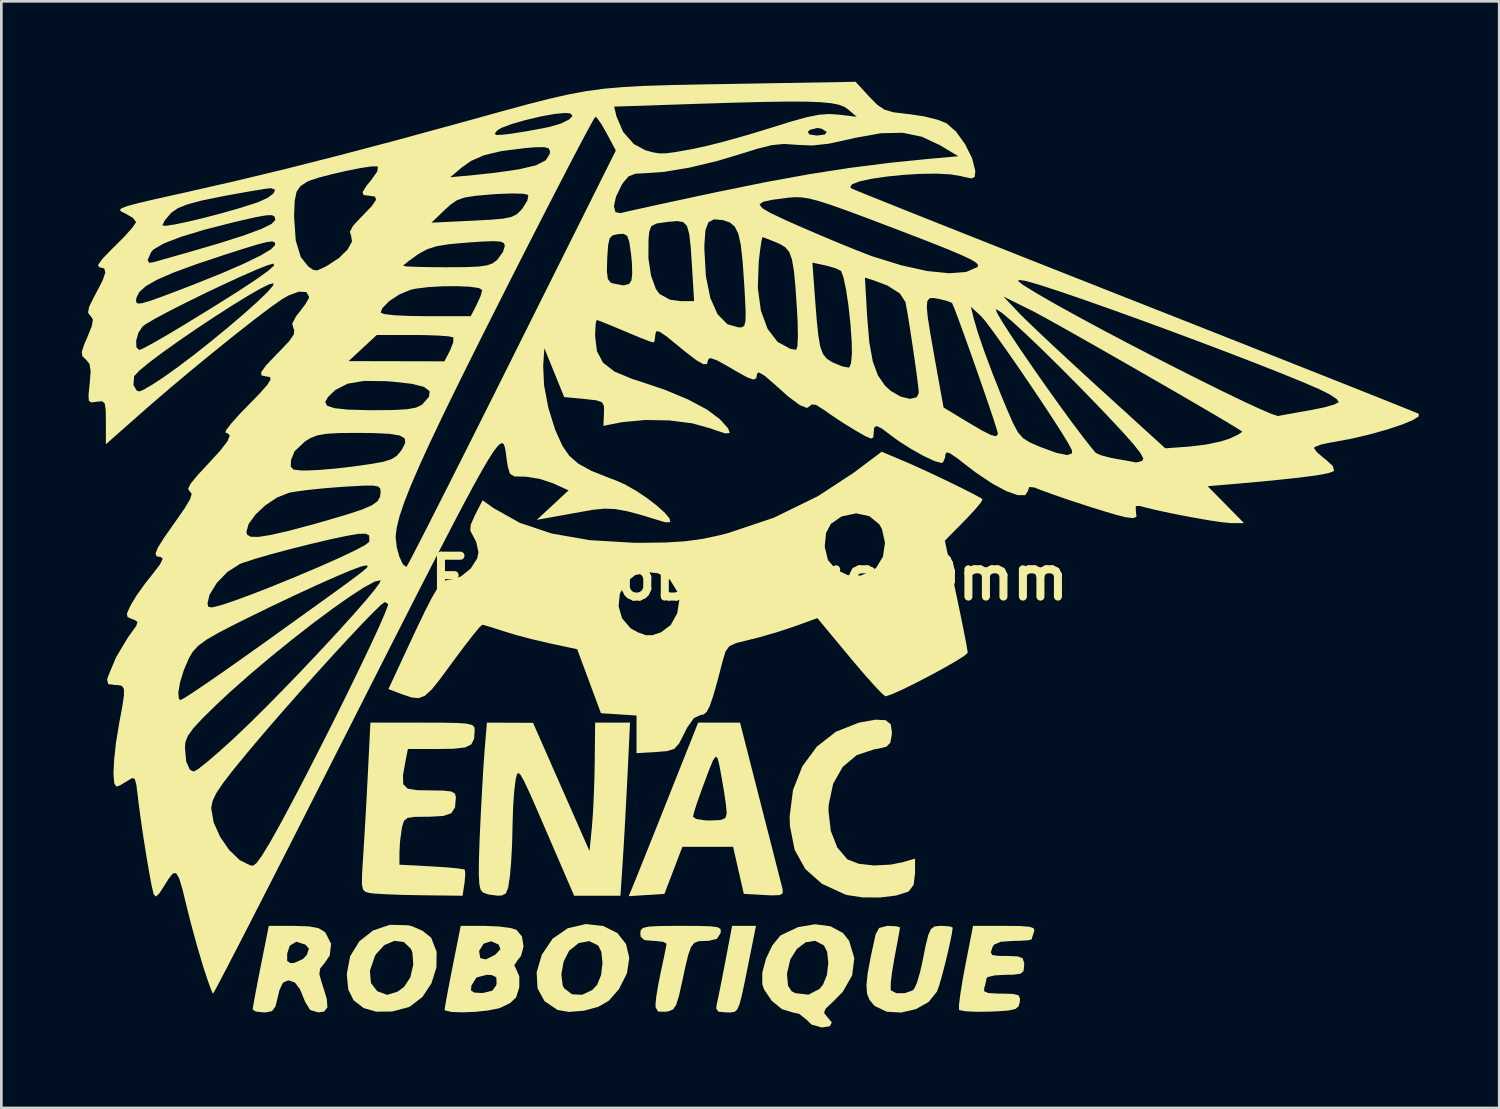
<source format=kicad_pcb>
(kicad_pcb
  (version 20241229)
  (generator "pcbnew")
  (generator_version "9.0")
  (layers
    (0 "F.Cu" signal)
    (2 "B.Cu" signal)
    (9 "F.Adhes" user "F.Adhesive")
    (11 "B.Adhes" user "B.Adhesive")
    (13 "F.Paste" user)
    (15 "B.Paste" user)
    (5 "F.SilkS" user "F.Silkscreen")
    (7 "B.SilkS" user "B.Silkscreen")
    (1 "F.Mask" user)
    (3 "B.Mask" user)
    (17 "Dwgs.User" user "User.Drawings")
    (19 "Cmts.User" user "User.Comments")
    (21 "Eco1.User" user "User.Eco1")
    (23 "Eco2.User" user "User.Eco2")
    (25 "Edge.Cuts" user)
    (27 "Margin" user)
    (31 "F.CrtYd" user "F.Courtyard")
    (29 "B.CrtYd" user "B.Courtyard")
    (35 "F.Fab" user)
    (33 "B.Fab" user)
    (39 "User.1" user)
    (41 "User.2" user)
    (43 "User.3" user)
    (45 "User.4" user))
  (footprint "EnacRobotique50mm"
    (layer "F.Cu")
    (at 24.895 17.58)
    (property "Reference" "EnacRobotique50mm" (at 0 0.925 0) (layer "F.SilkS") (effects (font (size 1.524 1.524) (thickness 0.3))))
    (attr board_only exclude_from_pos_files exclude_from_bom)
    (fp_poly (pts (xy -0.017 15.191) (xy -0.17 15.954) (xy -0.283 16.484) (xy -0.373 16.824) (xy -0.459 17.016) (xy -0.56 17.101) (xy -0.694 17.122) (xy -0.86 17.12) (xy -1.156 17.094) (xy -1.242 16.972) (xy -1.217 16.805) (xy -1.157 16.53) (xy -1.062 16.061) (xy -0.949 15.478) (xy -0.894 15.191) (xy -0.647 13.893) (xy 0.244 13.893)) (stroke (width 0) (type solid)) (fill yes) (layer "F.SilkS"))
    (fp_poly (pts (xy -5.451 13.899) (xy -4.926 14.159) (xy -4.602 14.572) (xy -4.481 15.09) (xy -4.569 15.666) (xy -4.867 16.253) (xy -5.245 16.685) (xy -5.635 16.91) (xy -6.173 17.057) (xy -6.728 17.102) (xy -7.157 17.028) (xy -7.639 16.703) (xy -7.902 16.225) (xy -7.931 15.701) (xy -7.014 15.701) (xy -6.962 16.115) (xy -6.909 16.222) (xy -6.615 16.445) (xy -6.235 16.462) (xy -5.86 16.282) (xy -5.679 16.089) (xy -5.532 15.727) (xy -5.479 15.276) (xy -5.524 14.859) (xy -5.641 14.623) (xy -5.975 14.463) (xy -6.362 14.531) (xy -6.715 14.811) (xy -6.726 14.824) (xy -6.929 15.228) (xy -7.014 15.701) (xy -7.931 15.701) (xy -7.935 15.627) (xy -7.744 14.972) (xy -7.339 14.371) (xy -6.775 13.981) (xy -6.099 13.825)) (stroke (width 0) (type solid)) (fill yes) (layer "F.SilkS"))
    (fp_poly (pts (xy -12.719 13.871) (xy -12.594 13.901) (xy -12.192 14.076) (xy -11.888 14.317) (xy -11.862 14.35) (xy -11.665 14.858) (xy -11.672 15.445) (xy -11.857 16.034) (xy -12.194 16.545) (xy -12.656 16.899) (xy -12.717 16.926) (xy -13.321 17.086) (xy -13.924 17.093) (xy -14.384 16.958) (xy -14.761 16.668) (xy -14.959 16.27) (xy -15.015 15.695) (xy -14.992 15.57) (xy -14.153 15.57) (xy -14.113 16.025) (xy -13.877 16.33) (xy -13.511 16.465) (xy -13.123 16.348) (xy -12.878 16.168) (xy -12.647 15.816) (xy -12.535 15.342) (xy -12.568 14.885) (xy -12.622 14.75) (xy -12.888 14.494) (xy -13.242 14.452) (xy -13.613 14.609) (xy -13.926 14.95) (xy -13.968 15.026) (xy -14.153 15.57) (xy -14.992 15.57) (xy -14.889 15.024) (xy -14.544 14.467) (xy -14.033 14.064) (xy -13.408 13.853)) (stroke (width 0) (type solid)) (fill yes) (layer "F.SilkS"))
    (fp_poly (pts (xy -1.869 13.896) (xy -1.433 13.91) (xy -1.185 13.944) (xy -1.079 14.008) (xy -1.068 14.111) (xy -1.082 14.173) (xy -1.217 14.378) (xy -1.525 14.452) (xy -1.635 14.454) (xy -1.879 14.463) (xy -2.05 14.523) (xy -2.176 14.68) (xy -2.285 14.982) (xy -2.404 15.479) (xy -2.509 15.972) (xy -2.631 16.515) (xy -2.734 16.841) (xy -2.85 17.009) (xy -3.013 17.078) (xy -3.122 17.095) (xy -3.403 17.089) (xy -3.498 16.937) (xy -3.503 16.814) (xy -3.471 16.509) (xy -3.392 16.04) (xy -3.298 15.577) (xy -3.195 15.097) (xy -3.121 14.73) (xy -3.092 14.559) (xy -3.212 14.49) (xy -3.514 14.455) (xy -3.578 14.454) (xy -3.917 14.423) (xy -4.054 14.3) (xy -4.07 14.173) (xy -4.052 14.05) (xy -3.966 13.969) (xy -3.762 13.922) (xy -3.394 13.9) (xy -2.81 13.893) (xy -2.539 13.893)) (stroke (width 0) (type solid)) (fill yes) (layer "F.SilkS"))
    (fp_poly (pts (xy 5.08 6.224) (xy 5.27 6.38) (xy 5.313 6.687) (xy 5.306 6.77) (xy 5.253 7.062) (xy 5.111 7.211) (xy 4.796 7.288) (xy 4.667 7.306) (xy 4.001 7.526) (xy 3.477 7.966) (xy 3.12 8.595) (xy 2.955 9.377) (xy 2.947 9.613) (xy 3.033 10.35) (xy 3.274 10.969) (xy 3.64 11.401) (xy 3.665 11.419) (xy 4.072 11.577) (xy 4.643 11.642) (xy 5.274 11.608) (xy 5.719 11.517) (xy 6.175 11.386) (xy 6.175 11.933) (xy 6.121 12.365) (xy 5.943 12.602) (xy 5.909 12.622) (xy 5.464 12.763) (xy 4.864 12.835) (xy 4.223 12.831) (xy 3.659 12.747) (xy 3.556 12.717) (xy 2.704 12.325) (xy 2.082 11.774) (xy 1.686 11.059) (xy 1.509 10.171) (xy 1.498 9.82) (xy 1.624 8.827) (xy 1.972 7.944) (xy 2.515 7.207) (xy 3.227 6.652) (xy 4.079 6.316) (xy 4.109 6.309) (xy 4.705 6.205)) (stroke (width 0) (type solid)) (fill yes) (layer "F.SilkS"))
    (fp_poly (pts (xy 3.023 13.909) (xy 3.489 14.161) (xy 3.718 14.452) (xy 3.91 15.098) (xy 3.829 15.74) (xy 3.48 16.353) (xy 3.097 16.74) (xy 2.838 16.983) (xy 2.781 17.138) (xy 2.882 17.265) (xy 3.071 17.494) (xy 2.995 17.637) (xy 2.7 17.682) (xy 2.313 17.573) (xy 2.138 17.401) (xy 1.856 17.175) (xy 1.606 17.12) (xy 1.213 16.999) (xy 0.831 16.688) (xy 0.549 16.27) (xy 0.48 16.074) (xy 0.478 15.741) (xy 1.403 15.741) (xy 1.439 16.128) (xy 1.575 16.332) (xy 1.714 16.402) (xy 2.2 16.459) (xy 2.605 16.249) (xy 2.741 16.089) (xy 2.888 15.727) (xy 2.941 15.276) (xy 2.896 14.859) (xy 2.779 14.623) (xy 2.449 14.45) (xy 2.096 14.506) (xy 1.771 14.751) (xy 1.524 15.142) (xy 1.407 15.638) (xy 1.403 15.741) (xy 0.478 15.741) (xy 0.478 15.64) (xy 0.617 15.117) (xy 0.853 14.621) (xy 1.139 14.27) (xy 1.189 14.233) (xy 1.81 13.94) (xy 2.443 13.833)) (stroke (width 0) (type solid)) (fill yes) (layer "F.SilkS"))
    (fp_poly (pts (xy 7.458 13.911) (xy 7.578 13.954) (xy 7.543 14.208) (xy 7.453 14.641) (xy 7.331 15.163) (xy 7.198 15.683) (xy 7.076 16.111) (xy 6.995 16.339) (xy 6.683 16.729) (xy 6.208 16.997) (xy 5.659 17.125) (xy 5.121 17.095) (xy 4.682 16.887) (xy 4.631 16.84) (xy 4.475 16.649) (xy 4.385 16.421) (xy 4.362 16.109) (xy 4.407 15.666) (xy 4.522 15.045) (xy 4.705 14.209) (xy 4.835 13.971) (xy 5.131 13.894) (xy 5.195 13.893) (xy 5.49 13.91) (xy 5.613 13.95) (xy 5.613 13.951) (xy 5.589 14.106) (xy 5.524 14.467) (xy 5.431 14.962) (xy 5.406 15.092) (xy 5.317 15.618) (xy 5.268 16.038) (xy 5.267 16.276) (xy 5.274 16.297) (xy 5.478 16.404) (xy 5.794 16.402) (xy 6.077 16.302) (xy 6.142 16.243) (xy 6.244 16.018) (xy 6.363 15.613) (xy 6.45 15.226) (xy 6.573 14.613) (xy 6.671 14.224) (xy 6.77 14.009) (xy 6.899 13.916) (xy 7.084 13.893) (xy 7.166 13.893)) (stroke (width 0) (type solid)) (fill yes) (layer "F.SilkS"))
    (fp_poly (pts (xy -16.421 13.912) (xy -16.066 13.981) (xy -15.843 14.114) (xy -15.809 14.149) (xy -15.599 14.563) (xy -15.65 14.999) (xy -15.845 15.284) (xy -16.009 15.485) (xy -16.037 15.695) (xy -15.942 16.033) (xy -15.921 16.091) (xy -15.76 16.614) (xy -15.737 16.932) (xy -15.858 17.087) (xy -16.071 17.12) (xy -16.38 17.031) (xy -16.563 16.735) (xy -16.758 16.261) (xy -16.945 16.011) (xy -17.166 15.929) (xy -17.201 15.928) (xy -17.393 16.009) (xy -17.525 16.288) (xy -17.58 16.524) (xy -17.675 16.9) (xy -17.805 17.073) (xy -18.038 17.119) (xy -18.111 17.12) (xy -18.403 17.089) (xy -18.524 17.015) (xy -18.498 16.842) (xy -18.428 16.455) (xy -18.325 15.915) (xy -18.224 15.401) (xy -18.184 15.202) (xy -17.237 15.202) (xy -17.11 15.283) (xy -16.97 15.272) (xy -16.649 15.128) (xy -16.503 14.976) (xy -16.427 14.741) (xy -16.559 14.591) (xy -16.898 14.484) (xy -17.141 14.632) (xy -17.236 14.923) (xy -17.237 15.202) (xy -18.184 15.202) (xy -17.923 13.893) (xy -16.982 13.893)) (stroke (width 0) (type solid)) (fill yes) (layer "F.SilkS"))
    (fp_poly (pts (xy -1.132 6.315) (xy -0.351 6.315) (xy 0.411 9.297) (xy 0.638 10.184) (xy 0.844 10.989) (xy 1.017 11.669) (xy 1.148 12.182) (xy 1.224 12.482) (xy 1.237 12.533) (xy 1.242 12.677) (xy 1.123 12.746) (xy 0.819 12.756) (xy 0.545 12.743) (xy -0.21 12.7) (xy -0.41 11.823) (xy -0.61 10.946) (xy -2.501 10.946) (xy -3.17 12.7) (xy -3.835 12.743) (xy -4.501 12.786) (xy -4.31 12.322) (xy -4.201 12.054) (xy -4.008 11.571) (xy -3.748 10.922) (xy -3.44 10.152) (xy -3.311 9.828) (xy -2.105 9.828) (xy -1.98 9.909) (xy -1.662 9.957) (xy -1.473 9.964) (xy -1.083 9.948) (xy -0.9 9.876) (xy -0.85 9.711) (xy -0.851 9.648) (xy -0.88 9.353) (xy -0.948 8.884) (xy -1.04 8.35) (xy -1.121 7.909) (xy -1.186 7.647) (xy -1.258 7.58) (xy -1.359 7.724) (xy -1.512 8.094) (xy -1.74 8.707) (xy -1.804 8.881) (xy -1.963 9.331) (xy -2.072 9.679) (xy -2.105 9.828) (xy -3.311 9.828) (xy -3.104 9.308) (xy -3.016 9.086) (xy -1.913 6.315)) (stroke (width 0) (type solid)) (fill yes) (layer "F.SilkS"))
    (fp_poly (pts (xy -4.545 8.244) (xy -4.589 9.102) (xy -4.637 9.999) (xy -4.684 10.83) (xy -4.724 11.472) (xy -4.81 12.77) (xy -6.536 12.77) (xy -7.581 10.35) (xy -7.945 9.507) (xy -8.215 8.897) (xy -8.406 8.491) (xy -8.535 8.264) (xy -8.617 8.19) (xy -8.669 8.242) (xy -8.708 8.393) (xy -8.725 8.49) (xy -8.775 8.91) (xy -8.814 9.491) (xy -8.833 10.115) (xy -8.834 10.174) (xy -8.85 10.832) (xy -8.885 11.493) (xy -8.93 12.018) (xy -8.932 12.033) (xy -8.996 12.463) (xy -9.082 12.682) (xy -9.233 12.76) (xy -9.387 12.768) (xy -9.743 12.721) (xy -9.948 12.642) (xy -10.024 12.545) (xy -10.071 12.341) (xy -10.092 11.99) (xy -10.088 11.451) (xy -10.062 10.684) (xy -10.051 10.434) (xy -10.011 9.594) (xy -9.966 8.756) (xy -9.922 8.006) (xy -9.882 7.431) (xy -9.874 7.332) (xy -9.79 6.315) (xy -8.93 6.318) (xy -8.069 6.322) (xy -7.017 8.712) (xy -5.964 11.103) (xy -5.875 10.217) (xy -5.835 9.685) (xy -5.801 8.983) (xy -5.777 8.225) (xy -5.77 7.823) (xy -5.754 6.315) (xy -4.453 6.315)) (stroke (width 0) (type solid)) (fill yes) (layer "F.SilkS"))
    (fp_poly (pts (xy 10.092 13.899) (xy 10.437 13.926) (xy 10.597 13.981) (xy 10.622 14.076) (xy 10.61 14.115) (xy 10.536 14.338) (xy 10.525 14.395) (xy 10.399 14.429) (xy 10.077 14.45) (xy 9.838 14.454) (xy 9.368 14.486) (xy 9.121 14.593) (xy 9.066 14.676) (xy 9.001 14.88) (xy 9.05 14.979) (xy 9.273 15.012) (xy 9.613 15.015) (xy 10.002 15.03) (xy 10.187 15.101) (xy 10.242 15.272) (xy 10.244 15.366) (xy 10.221 15.575) (xy 10.105 15.678) (xy 9.824 15.714) (xy 9.543 15.717) (xy 9.142 15.74) (xy 8.888 15.8) (xy 8.841 15.846) (xy 8.795 16.081) (xy 8.756 16.197) (xy 8.75 16.328) (xy 8.899 16.396) (xy 9.259 16.418) (xy 9.397 16.419) (xy 9.821 16.429) (xy 10.03 16.48) (xy 10.089 16.602) (xy 10.079 16.735) (xy 10.034 16.895) (xy 9.915 16.994) (xy 9.661 17.049) (xy 9.212 17.081) (xy 8.958 17.091) (xy 8.438 17.097) (xy 8.036 17.076) (xy 7.827 17.032) (xy 7.815 17.021) (xy 7.813 16.846) (xy 7.86 16.457) (xy 7.947 15.916) (xy 8.042 15.401) (xy 8.337 13.893) (xy 9.516 13.893)) (stroke (width 0) (type solid)) (fill yes) (layer "F.SilkS"))
    (fp_poly (pts (xy -9.348 13.915) (xy -8.914 13.972) (xy -8.691 14.038) (xy -8.483 14.288) (xy -8.423 14.655) (xy -8.516 15.012) (xy -8.636 15.161) (xy -8.769 15.363) (xy -8.707 15.487) (xy -8.581 15.779) (xy -8.583 16.189) (xy -8.702 16.562) (xy -8.925 16.772) (xy -9.292 16.95) (xy -9.369 16.973) (xy -9.766 17.051) (xy -10.241 17.1) (xy -10.714 17.117) (xy -11.105 17.102) (xy -11.336 17.052) (xy -11.367 17.015) (xy -11.341 16.842) (xy -11.271 16.455) (xy -11.241 16.299) (xy -10.385 16.299) (xy -10.263 16.38) (xy -9.967 16.396) (xy -9.928 16.393) (xy -9.588 16.309) (xy -9.443 16.109) (xy -9.428 16.033) (xy -9.44 15.808) (xy -9.617 15.725) (xy -9.798 15.717) (xy -10.181 15.819) (xy -10.367 16.12) (xy -10.385 16.299) (xy -11.241 16.299) (xy -11.168 15.915) (xy -11.067 15.401) (xy -10.955 14.841) (xy -10.079 14.841) (xy -10.037 15.096) (xy -9.832 15.144) (xy -9.497 14.979) (xy -9.464 14.955) (xy -9.286 14.762) (xy -9.352 14.591) (xy -9.352 14.591) (xy -9.632 14.467) (xy -9.913 14.557) (xy -10.075 14.82) (xy -10.079 14.841) (xy -10.955 14.841) (xy -10.766 13.893) (xy -9.864 13.893)) (stroke (width 0) (type solid)) (fill yes) (layer "F.SilkS"))
    (fp_poly (pts (xy -11.415 6.317) (xy -10.879 6.328) (xy -10.537 6.354) (xy -10.346 6.401) (xy -10.263 6.474) (xy -10.244 6.58) (xy -10.244 6.584) (xy -10.267 6.916) (xy -10.37 7.126) (xy -10.606 7.241) (xy -11.025 7.289) (xy -11.575 7.297) (xy -12.735 7.297) (xy -12.823 7.736) (xy -12.919 8.282) (xy -12.908 8.61) (xy -12.744 8.776) (xy -12.384 8.834) (xy -11.928 8.841) (xy -11.411 8.849) (xy -11.114 8.884) (xy -10.979 8.963) (xy -10.946 9.101) (xy -10.946 9.11) (xy -10.979 9.477) (xy -11.116 9.692) (xy -11.414 9.795) (xy -11.928 9.823) (xy -11.996 9.823) (xy -12.476 9.829) (xy -12.747 9.868) (xy -12.88 9.973) (xy -12.946 10.176) (xy -12.963 10.262) (xy -13.029 10.742) (xy -13.051 11.156) (xy -13.051 11.612) (xy -11.86 11.675) (xy -11.313 11.71) (xy -10.884 11.749) (xy -10.642 11.786) (xy -10.614 11.798) (xy -10.595 11.963) (xy -10.623 12.285) (xy -10.628 12.314) (xy -10.697 12.77) (xy -12.26 12.751) (xy -12.928 12.738) (xy -13.52 12.716) (xy -13.962 12.69) (xy -14.157 12.669) (xy -14.313 12.629) (xy -14.406 12.544) (xy -14.448 12.357) (xy -14.447 12.014) (xy -14.414 11.457) (xy -14.405 11.32) (xy -14.363 10.653) (xy -14.314 9.818) (xy -14.265 8.927) (xy -14.226 8.174) (xy -14.134 6.315) (xy -12.189 6.315)) (stroke (width 0) (type solid)) (fill yes) (layer "F.SilkS"))
    (fp_poly (pts (xy 5.796 -3.421) (xy 6.252 -3.221) (xy 6.798 -2.969) (xy 7.372 -2.696) (xy 7.911 -2.433) (xy 8.352 -2.209) (xy 8.632 -2.056) (xy 8.692 -2.015) (xy 8.632 -1.896) (xy 8.414 -1.633) (xy 8.085 -1.28) (xy 8.02 -1.214) (xy 7.286 -0.471) (xy 7.713 1.541) (xy 7.864 2.264) (xy 7.992 2.894) (xy 8.085 3.378) (xy 8.134 3.662) (xy 8.139 3.709) (xy 8.022 3.817) (xy 7.712 4.015) (xy 7.266 4.271) (xy 6.745 4.554) (xy 6.207 4.833) (xy 5.712 5.077) (xy 5.319 5.253) (xy 5.087 5.331) (xy 5.07 5.333) (xy 4.942 5.23) (xy 4.673 4.95) (xy 4.3 4.532) (xy 3.858 4.015) (xy 3.742 3.875) (xy 2.533 2.418) (xy 1.652 2.736) (xy 1.029 2.942) (xy 0.36 3.135) (xy -0.036 3.234) (xy -0.491 3.345) (xy -0.749 3.464) (xy -0.888 3.651) (xy -0.986 3.969) (xy -0.991 3.987) (xy -1.198 4.78) (xy -1.357 5.339) (xy -1.484 5.704) (xy -1.596 5.915) (xy -1.709 6.012) (xy -1.83 6.034) (xy -2.07 6.145) (xy -2.32 6.496) (xy -2.423 6.701) (xy -2.621 7.09) (xy -2.803 7.293) (xy -3.07 7.377) (xy -3.475 7.41) (xy -4.21 7.452) (xy -4.21 6.05) (xy -4.873 6.007) (xy -5.537 5.964) (xy -5.98 4.771) (xy -6.423 3.578) (xy -7.466 3.355) (xy -8.094 3.208) (xy -8.722 3.042) (xy -9.191 2.899) (xy -9.597 2.766) (xy -9.885 2.682) (xy -9.964 2.666) (xy -10.077 2.773) (xy -10.318 3.065) (xy -10.654 3.498) (xy -11.05 4.029) (xy -11.086 4.079) (xy -11.527 4.679) (xy -11.849 5.081) (xy -12.102 5.313) (xy -12.336 5.402) (xy -12.599 5.376) (xy -12.941 5.261) (xy -13.109 5.197) (xy -13.461 5.063) (xy -12.855 3.759) (xy -12.429 2.846) (xy -12.099 2.158) (xy -12.007 1.978) (xy -4.879 1.978) (xy -4.749 2.427) (xy -4.432 2.797) (xy -4.16 2.948) (xy -3.854 3.056) (xy -3.625 3.056) (xy -3.304 2.949) (xy -3.3 2.948) (xy -2.937 2.676) (xy -2.694 2.24) (xy -2.616 1.749) (xy -2.673 1.457) (xy -2.965 0.986) (xy -3.41 0.746) (xy -3.76 0.706) (xy -4.263 0.814) (xy -4.624 1.106) (xy -4.834 1.516) (xy -4.879 1.978) (xy -12.007 1.978) (xy -11.845 1.663) (xy -11.649 1.329) (xy -11.492 1.126) (xy -11.353 1.022) (xy -11.215 0.985) (xy -11.148 0.982) (xy -10.76 0.865) (xy -10.397 0.573) (xy -10.154 0.198) (xy -10.104 -0.037) (xy -10.149 -0.243) (xy 2.807 -0.243) (xy 2.926 0.251) (xy 3.236 0.613) (xy 3.668 0.815) (xy 4.151 0.83) (xy 4.617 0.628) (xy 4.727 0.537) (xy 4.978 0.127) (xy 5.053 -0.39) (xy 4.942 -0.901) (xy 4.841 -1.08) (xy 4.472 -1.383) (xy 3.981 -1.489) (xy 3.463 -1.38) (xy 3.395 -1.347) (xy 3.035 -1.094) (xy 2.856 -0.756) (xy 2.807 -0.243) (xy -10.149 -0.243) (xy -10.188 -0.421) (xy -10.301 -0.637) (xy -10.41 -0.844) (xy -10.391 -1.071) (xy -10.233 -1.426) (xy -10.225 -1.441) (xy -9.952 -1.976) (xy -9.543 -1.684) (xy -8.56 -1.133) (xy -7.371 -0.736) (xy -5.964 -0.49) (xy -4.33 -0.392) (xy -3.999 -0.39) (xy -3.111 -0.403) (xy -2.402 -0.447) (xy -1.772 -0.532) (xy -1.122 -0.67) (xy -0.813 -0.748) (xy 0.909 -1.326) (xy 2.554 -2.13) (xy 3.902 -3.014) (xy 4.927 -3.786)) (stroke (width 0) (type solid)) (fill yes) (layer "F.SilkS"))
    (fp_poly (pts (xy 4.47 -17.022) (xy 4.768 -16.72) (xy 5.034 -16.542) (xy 5.368 -16.444) (xy 5.871 -16.382) (xy 5.945 -16.375) (xy 6.511 -16.291) (xy 7.029 -16.162) (xy 7.348 -16.033) (xy 7.703 -15.722) (xy 8.043 -15.25) (xy 8.303 -14.728) (xy 8.419 -14.264) (xy 8.42 -14.225) (xy 8.397 -14.032) (xy 8.279 -13.977) (xy 7.987 -14.036) (xy 7.894 -14.062) (xy 7.493 -14.129) (xy 6.966 -14.156) (xy 6.361 -14.147) (xy 5.725 -14.108) (xy 5.107 -14.045) (xy 4.553 -13.963) (xy 4.111 -13.867) (xy 3.83 -13.762) (xy 3.756 -13.655) (xy 3.817 -13.599) (xy 3.98 -13.529) (xy 4.384 -13.364) (xy 5.009 -13.113) (xy 5.834 -12.783) (xy 6.84 -12.382) (xy 8.006 -11.919) (xy 9.312 -11.401) (xy 10.737 -10.836) (xy 12.263 -10.234) (xy 13.868 -9.6) (xy 14.405 -9.388) (xy 16.03 -8.747) (xy 17.581 -8.135) (xy 19.039 -7.558) (xy 20.383 -7.026) (xy 21.593 -6.547) (xy 22.649 -6.127) (xy 23.531 -5.776) (xy 24.219 -5.501) (xy 24.692 -5.31) (xy 24.931 -5.212) (xy 24.955 -5.201) (xy 24.956 -5.103) (xy 24.729 -4.962) (xy 24.32 -4.794) (xy 23.775 -4.614) (xy 23.142 -4.436) (xy 22.466 -4.276) (xy 21.794 -4.15) (xy 21.69 -4.134) (xy 21.311 -4.054) (xy 21.081 -3.963) (xy 21.05 -3.923) (xy 21.154 -3.774) (xy 21.41 -3.553) (xy 21.482 -3.501) (xy 21.751 -3.256) (xy 21.796 -3.079) (xy 21.783 -3.062) (xy 21.594 -2.989) (xy 21.161 -2.908) (xy 20.474 -2.817) (xy 19.527 -2.717) (xy 18.309 -2.605) (xy 18.051 -2.582) (xy 17.086 -2.5) (xy 18.443 -1.123) (xy 17.957 -1.125) (xy 17.634 -1.155) (xy 17.118 -1.232) (xy 16.489 -1.342) (xy 15.828 -1.47) (xy 15.215 -1.6) (xy 14.729 -1.717) (xy 14.571 -1.762) (xy 14.404 -1.761) (xy 14.409 -1.562) (xy 14.412 -1.55) (xy 14.432 -1.363) (xy 14.308 -1.309) (xy 14.014 -1.348) (xy 13.701 -1.426) (xy 13.201 -1.574) (xy 12.588 -1.766) (xy 11.939 -1.979) (xy 11.331 -2.188) (xy 10.84 -2.367) (xy 10.63 -2.451) (xy 10.43 -2.472) (xy 10.385 -2.328) (xy 10.282 -2.166) (xy 10 -2.169) (xy 9.574 -2.32) (xy 9.04 -2.607) (xy 8.436 -3.014) (xy 8.167 -3.219) (xy 7.734 -3.554) (xy 7.475 -3.729) (xy 7.345 -3.761) (xy 7.301 -3.668) (xy 7.297 -3.578) (xy 7.219 -3.392) (xy 7.151 -3.368) (xy 6.892 -3.442) (xy 6.485 -3.633) (xy 6.011 -3.899) (xy 5.55 -4.194) (xy 5.312 -4.369) (xy 4.942 -4.647) (xy 4.736 -4.748) (xy 4.648 -4.68) (xy 4.631 -4.477) (xy 4.617 -4.317) (xy 4.537 -4.276) (xy 4.331 -4.363) (xy 3.964 -4.571) (xy 3.474 -4.872) (xy 2.996 -5.191) (xy 2.818 -5.32) (xy 2.476 -5.538) (xy 2.302 -5.545) (xy 2.281 -5.509) (xy 2.148 -5.417) (xy 1.872 -5.528) (xy 1.442 -5.849) (xy 0.956 -6.283) (xy 0.565 -6.622) (xy 0.343 -6.748) (xy 0.281 -6.685) (xy 0.255 -6.523) (xy 0.149 -6.478) (xy -0.082 -6.559) (xy -0.482 -6.779) (xy -0.745 -6.936) (xy -1.206 -7.192) (xy -1.465 -7.282) (xy -1.544 -7.217) (xy -1.581 -7.061) (xy -1.715 -7.049) (xy -1.975 -7.196) (xy -2.394 -7.516) (xy -2.654 -7.73) (xy -3.08 -8.077) (xy -3.338 -8.255) (xy -3.467 -8.284) (xy -3.507 -8.183) (xy -3.508 -8.151) (xy -3.54 -7.917) (xy -3.586 -7.859) (xy -3.744 -7.91) (xy -4.09 -8.045) (xy -4.556 -8.238) (xy -4.653 -8.28) (xy -5.131 -8.48) (xy -5.498 -8.628) (xy -5.687 -8.698) (xy -5.698 -8.701) (xy -5.732 -8.575) (xy -5.751 -8.259) (xy -5.754 -8.088) (xy -5.687 -7.532) (xy -5.461 -7.109) (xy -5.039 -6.78) (xy -4.384 -6.505) (xy -4.166 -6.437) (xy -3.16 -6.099) (xy -2.281 -5.731) (xy -1.578 -5.356) (xy -1.102 -4.998) (xy -1.088 -4.984) (xy -0.797 -4.657) (xy -0.732 -4.487) (xy -0.898 -4.469) (xy -1.3 -4.598) (xy -1.438 -4.652) (xy -2.13 -4.845) (xy -2.983 -4.953) (xy -3.888 -4.97) (xy -4.737 -4.89) (xy -4.863 -4.866) (xy -5.446 -4.751) (xy -5.425 -5.217) (xy -5.424 -5.487) (xy -5.5 -5.633) (xy -5.72 -5.705) (xy -6.152 -5.753) (xy -6.155 -5.754) (xy -6.908 -5.824) (xy -7.278 -6.736) (xy -7.648 -7.648) (xy -7.691 -6.98) (xy -7.658 -6.262) (xy -7.501 -5.432) (xy -7.248 -4.614) (xy -6.976 -4.009) (xy -6.72 -3.637) (xy -6.375 -3.337) (xy -5.882 -3.068) (xy -5.182 -2.791) (xy -5.052 -2.746) (xy -4.648 -2.57) (xy -4.221 -2.328) (xy -3.805 -2.049) (xy -3.436 -1.763) (xy -3.148 -1.501) (xy -2.976 -1.292) (xy -2.954 -1.165) (xy -3.118 -1.152) (xy -3.244 -1.186) (xy -4.007 -1.42) (xy -4.576 -1.572) (xy -5.021 -1.65) (xy -5.413 -1.664) (xy -5.821 -1.623) (xy -6.131 -1.57) (xy -6.688 -1.47) (xy -7.194 -1.378) (xy -7.508 -1.321) (xy -7.929 -1.246) (xy -6.744 -2.347) (xy -7.325 -2.609) (xy -7.818 -2.773) (xy -8.32 -2.855) (xy -8.431 -2.857) (xy -8.765 -2.866) (xy -8.931 -2.966) (xy -9.012 -3.235) (xy -9.042 -3.421) (xy -9.069 -3.623) (xy -9.093 -3.804) (xy -9.12 -3.953) (xy -9.157 -4.058) (xy -9.211 -4.106) (xy -9.29 -4.085) (xy -9.399 -3.983) (xy -9.547 -3.788) (xy -9.74 -3.487) (xy -9.985 -3.068) (xy -10.289 -2.52) (xy -10.66 -1.829) (xy -11.103 -0.984) (xy -11.626 0.028) (xy -12.237 1.218) (xy -12.941 2.6) (xy -13.746 4.185) (xy -14.659 5.986) (xy -15.687 8.014) (xy -16.622 9.858) (xy -17.26 11.114) (xy -17.86 12.291) (xy -18.409 13.365) (xy -18.896 14.315) (xy -19.31 15.116) (xy -19.638 15.746) (xy -19.867 16.181) (xy -19.987 16.398) (xy -20.002 16.419) (xy -20.065 16.295) (xy -20.186 15.966) (xy -20.342 15.494) (xy -20.393 15.331) (xy -20.602 14.624) (xy -20.816 13.841) (xy -20.98 13.191) (xy -21.142 12.527) (xy -21.267 12.114) (xy -21.38 11.926) (xy -21.502 11.941) (xy -21.657 12.134) (xy -21.788 12.346) (xy -22.005 12.684) (xy -22.134 12.799) (xy -22.211 12.719) (xy -22.224 12.681) (xy -22.291 12.391) (xy -22.384 11.895) (xy -22.491 11.264) (xy -22.601 10.57) (xy -22.701 9.884) (xy -22.748 9.53) (xy -20.067 9.53) (xy -19.975 10.045) (xy -19.733 10.582) (xy -19.392 11.072) (xy -19.001 11.446) (xy -18.612 11.637) (xy -18.508 11.648) (xy -18.379 11.551) (xy -18.164 11.252) (xy -17.854 10.741) (xy -17.444 10.005) (xy -16.927 9.035) (xy -16.515 8.244) (xy -15.981 7.199) (xy -15.459 6.164) (xy -14.967 5.17) (xy -14.52 4.25) (xy -14.132 3.437) (xy -13.82 2.762) (xy -13.599 2.257) (xy -13.485 1.955) (xy -13.472 1.894) (xy -13.579 1.825) (xy -13.602 1.824) (xy -13.739 1.925) (xy -14.033 2.209) (xy -14.456 2.644) (xy -14.981 3.202) (xy -15.579 3.852) (xy -16.224 4.564) (xy -16.888 5.309) (xy -17.544 6.055) (xy -18.165 6.774) (xy -18.722 7.435) (xy -18.725 7.438) (xy -19.263 8.095) (xy -19.639 8.584) (xy -19.881 8.946) (xy -20.013 9.223) (xy -20.064 9.454) (xy -20.067 9.53) (xy -22.748 9.53) (xy -22.782 9.278) (xy -22.804 9.086) (xy -22.86 8.637) (xy -22.919 8.418) (xy -23.013 8.38) (xy -23.175 8.475) (xy -23.196 8.489) (xy -23.461 8.649) (xy -23.607 8.701) (xy -23.686 8.572) (xy -23.713 8.221) (xy -23.69 7.701) (xy -23.639 7.235) (xy -21.05 7.235) (xy -21.002 7.767) (xy -20.864 8.073) (xy -20.718 8.139) (xy -20.56 8.048) (xy -20.243 7.799) (xy -19.808 7.426) (xy -19.297 6.966) (xy -19.163 6.841) (xy -18.608 6.311) (xy -17.986 5.694) (xy -17.323 5.02) (xy -16.646 4.317) (xy -15.982 3.613) (xy -15.358 2.939) (xy -14.799 2.322) (xy -14.333 1.791) (xy -13.987 1.375) (xy -13.787 1.103) (xy -13.755 1.005) (xy -13.97 1.055) (xy -14.363 1.266) (xy -14.901 1.614) (xy -15.553 2.073) (xy -16.286 2.619) (xy -17.066 3.227) (xy -17.863 3.873) (xy -18.643 4.532) (xy -19.374 5.179) (xy -19.883 5.654) (xy -20.4 6.161) (xy -20.74 6.529) (xy -20.939 6.806) (xy -21.03 7.037) (xy -21.05 7.235) (xy -23.639 7.235) (xy -23.621 7.065) (xy -23.506 6.367) (xy -23.506 6.362) (xy -23.385 5.718) (xy -23.323 5.299) (xy -23.324 5.192) (xy -21.296 5.192) (xy -21.276 5.429) (xy -21.216 5.473) (xy -21.067 5.394) (xy -20.723 5.172) (xy -20.213 4.828) (xy -19.57 4.383) (xy -18.825 3.858) (xy -18.008 3.276) (xy -18.008 3.276) (xy -16.967 2.529) (xy -16.132 1.929) (xy -15.482 1.461) (xy -14.995 1.107) (xy -14.649 0.85) (xy -14.422 0.675) (xy -14.293 0.565) (xy -14.239 0.503) (xy -14.24 0.472) (xy -14.274 0.457) (xy -14.293 0.451) (xy -14.475 0.491) (xy -14.872 0.639) (xy -15.446 0.881) (xy -16.163 1.2) (xy -16.984 1.579) (xy -17.875 2.003) (xy -18.798 2.454) (xy -19.117 2.613) (xy -19.785 2.957) (xy -20.247 3.223) (xy -20.555 3.45) (xy -20.758 3.673) (xy -20.895 3.9) (xy -21.091 4.356) (xy -21.23 4.81) (xy -21.296 5.192) (xy -23.324 5.192) (xy -23.326 5.059) (xy -23.397 4.946) (xy -23.542 4.914) (xy -23.655 4.912) (xy -23.91 4.876) (xy -23.95 4.718) (xy -23.918 4.596) (xy -23.618 3.878) (xy -23.175 3.14) (xy -23.068 2.991) (xy -22.862 2.703) (xy -22.82 2.559) (xy -22.932 2.483) (xy -23.013 2.456) (xy -23.189 2.379) (xy -23.213 2.248) (xy -23.091 1.974) (xy -23.064 1.92) (xy -23.033 1.869) (xy -20.208 1.869) (xy -20.177 1.997) (xy -20.038 2.019) (xy -19.721 1.94) (xy -19.611 1.906) (xy -19.193 1.764) (xy -18.625 1.556) (xy -18.015 1.321) (xy -17.892 1.272) (xy -16.887 0.862) (xy -15.998 0.484) (xy -15.252 0.153) (xy -14.68 -0.12) (xy -14.311 -0.319) (xy -14.174 -0.433) (xy -14.173 -0.436) (xy -14.177 -0.578) (xy -13.191 -0.578) (xy -13.15 -0.219) (xy -13.05 0.139) (xy -12.922 0.41) (xy -12.801 0.505) (xy -12.785 0.498) (xy -12.709 0.366) (xy -12.519 0.004) (xy -12.225 -0.565) (xy -11.84 -1.321) (xy -11.374 -2.242) (xy -10.837 -3.306) (xy -10.241 -4.491) (xy -9.597 -5.775) (xy -8.916 -7.138) (xy -8.842 -7.287) (xy -7.236 -10.504) (xy -5.315 -10.504) (xy -5.28 -10.228) (xy -5.184 -10.097) (xy -5.093 -10.062) (xy -4.7 -9.988) (xy -4.488 -10.042) (xy -4.4 -10.176) (xy -4.371 -10.428) (xy -4.384 -10.848) (xy -4.4 -11.005) (xy -3.768 -11.005) (xy -3.672 -10.36) (xy -3.493 -9.862) (xy -3.358 -9.673) (xy -2.965 -9.456) (xy -2.576 -9.402) (xy -2.064 -9.402) (xy -2.143 -10.7) (xy -2.186 -11.351) (xy -1.682 -11.351) (xy -1.626 -10.338) (xy -1.459 -9.519) (xy -1.189 -8.914) (xy -0.825 -8.541) (xy -0.393 -8.42) (xy -0.268 -8.431) (xy -0.188 -8.497) (xy -0.148 -8.666) (xy -0.142 -8.983) (xy -0.165 -9.498) (xy -0.187 -9.888) (xy 0.312 -9.888) (xy 0.427 -9.045) (xy 0.677 -8.366) (xy 1.049 -7.881) (xy 1.531 -7.621) (xy 1.741 -7.587) (xy 1.787 -7.715) (xy 1.806 -8.076) (xy 1.796 -8.623) (xy 1.772 -9.086) (xy 1.715 -9.929) (xy 1.657 -10.537) (xy 1.605 -10.836) (xy 2.347 -10.836) (xy 2.443 -9.523) (xy 2.508 -8.697) (xy 2.57 -8.104) (xy 2.642 -7.699) (xy 2.739 -7.435) (xy 2.873 -7.264) (xy 3.057 -7.141) (xy 3.136 -7.101) (xy 3.471 -6.966) (xy 3.703 -6.924) (xy 3.719 -6.927) (xy 3.788 -7.082) (xy 3.82 -7.449) (xy 3.814 -7.871) (xy 3.765 -8.559) (xy 3.692 -9.232) (xy 3.603 -9.825) (xy 3.509 -10.275) (xy 3.508 -10.277) (xy 4.306 -10.277) (xy 4.39 -8.804) (xy 4.469 -7.867) (xy 4.597 -7.16) (xy 4.787 -6.637) (xy 5.057 -6.248) (xy 5.264 -6.058) (xy 5.638 -5.84) (xy 5.986 -5.758) (xy 6.236 -5.816) (xy 6.315 -5.982) (xy 6.294 -6.211) (xy 6.239 -6.644) (xy 6.161 -7.208) (xy 6.069 -7.831) (xy 5.976 -8.44) (xy 5.891 -8.963) (xy 5.853 -9.17) (xy 6.613 -9.17) (xy 6.651 -8.782) (xy 6.743 -8.199) (xy 6.887 -7.383) (xy 6.924 -7.173) (xy 7.237 -5.436) (xy 8.134 -4.893) (xy 8.669 -4.579) (xy 9.009 -4.408) (xy 9.193 -4.364) (xy 9.259 -4.433) (xy 9.262 -4.47) (xy 9.217 -4.637) (xy 9.096 -5.015) (xy 8.916 -5.549) (xy 8.696 -6.19) (xy 8.454 -6.883) (xy 8.208 -7.578) (xy 7.977 -8.223) (xy 7.779 -8.764) (xy 7.632 -9.151) (xy 7.614 -9.192) (xy 8.257 -9.192) (xy 8.358 -8.771) (xy 8.509 -8.252) (xy 8.751 -7.544) (xy 9.059 -6.717) (xy 9.408 -5.837) (xy 9.587 -5.406) (xy 9.824 -4.862) (xy 10.01 -4.512) (xy 10.204 -4.29) (xy 10.461 -4.13) (xy 10.819 -3.974) (xy 11.45 -3.743) (xy 11.855 -3.661) (xy 12.031 -3.729) (xy 12.021 -3.852) (xy 11.893 -4.093) (xy 11.633 -4.516) (xy 11.274 -5.075) (xy 10.847 -5.722) (xy 10.384 -6.41) (xy 9.916 -7.094) (xy 9.475 -7.726) (xy 9.092 -8.26) (xy 8.8 -8.649) (xy 8.636 -8.841) (xy 8.364 -9.092) (xy 9.186 -9.092) (xy 9.236 -8.957) (xy 9.425 -8.634) (xy 9.728 -8.162) (xy 10.117 -7.579) (xy 10.566 -6.925) (xy 11.047 -6.237) (xy 11.535 -5.554) (xy 12.001 -4.914) (xy 12.421 -4.357) (xy 12.765 -3.919) (xy 12.912 -3.745) (xy 13.1 -3.657) (xy 13.464 -3.561) (xy 13.698 -3.516) (xy 14.097 -3.447) (xy 14.356 -3.398) (xy 14.408 -3.384) (xy 14.538 -3.412) (xy 14.652 -3.453) (xy 14.685 -3.537) (xy 14.582 -3.731) (xy 14.329 -4.055) (xy 13.91 -4.528) (xy 13.309 -5.17) (xy 13.107 -5.382) (xy 12.324 -6.19) (xy 11.576 -6.944) (xy 10.887 -7.621) (xy 10.282 -8.198) (xy 9.786 -8.651) (xy 9.423 -8.957) (xy 9.218 -9.092) (xy 9.186 -9.092) (xy 8.364 -9.092) (xy 8.257 -9.192) (xy 7.614 -9.192) (xy 7.554 -9.331) (xy 7.55 -9.336) (xy 7.382 -9.405) (xy 7.061 -9.485) (xy 7.041 -9.488) (xy 6.844 -9.521) (xy 6.708 -9.503) (xy 6.632 -9.398) (xy 6.613 -9.17) (xy 5.853 -9.17) (xy 5.825 -9.325) (xy 5.817 -9.365) (xy 5.684 -9.572) (xy 9.472 -9.572) (xy 10.034 -8.978) (xy 10.3 -8.711) (xy 10.737 -8.292) (xy 11.305 -7.757) (xy 11.968 -7.142) (xy 12.686 -6.481) (xy 13.051 -6.148) (xy 15.507 -3.913) (xy 16.435 -3.982) (xy 17.016 -4.053) (xy 17.57 -4.168) (xy 17.895 -4.272) (xy 18.211 -4.419) (xy 18.367 -4.522) (xy 18.37 -4.541) (xy 18.192 -4.657) (xy 17.807 -4.89) (xy 17.251 -5.219) (xy 16.563 -5.621) (xy 15.777 -6.077) (xy 14.933 -6.564) (xy 14.066 -7.062) (xy 13.214 -7.549) (xy 12.414 -8.004) (xy 11.702 -8.405) (xy 11.116 -8.732) (xy 10.693 -8.962) (xy 10.525 -9.05) (xy 9.472 -9.572) (xy 5.684 -9.572) (xy 5.61 -9.687) (xy 5.15 -9.98) (xy 4.713 -10.146) (xy 10.021 -10.146) (xy 10.193 -10.012) (xy 10.583 -9.77) (xy 10.806 -9.637) (xy 11.44 -9.272) (xy 12.207 -8.848) (xy 13.072 -8.381) (xy 14.003 -7.889) (xy 14.964 -7.389) (xy 15.922 -6.899) (xy 16.843 -6.436) (xy 17.693 -6.016) (xy 18.438 -5.657) (xy 19.043 -5.377) (xy 19.476 -5.192) (xy 19.701 -5.12) (xy 19.717 -5.12) (xy 19.995 -5.172) (xy 20.449 -5.253) (xy 20.946 -5.341) (xy 21.434 -5.441) (xy 21.802 -5.545) (xy 21.973 -5.632) (xy 21.974 -5.633) (xy 21.898 -5.75) (xy 21.623 -5.931) (xy 21.235 -6.124) (xy 20.599 -6.397) (xy 19.788 -6.727) (xy 18.838 -7.101) (xy 17.79 -7.505) (xy 16.679 -7.925) (xy 15.546 -8.347) (xy 14.427 -8.757) (xy 13.361 -9.14) (xy 12.386 -9.483) (xy 11.539 -9.773) (xy 10.86 -9.994) (xy 10.386 -10.133) (xy 10.244 -10.166) (xy 10.044 -10.191) (xy 10.021 -10.146) (xy 4.713 -10.146) (xy 4.644 -10.173) (xy 4.306 -10.277) (xy 3.508 -10.277) (xy 3.42 -10.519) (xy 3.407 -10.534) (xy 3.205 -10.63) (xy 2.859 -10.728) (xy 2.822 -10.736) (xy 2.347 -10.836) (xy 1.605 -10.836) (xy 1.585 -10.956) (xy 1.485 -11.23) (xy 1.343 -11.405) (xy 1.146 -11.526) (xy 1.018 -11.583) (xy 0.692 -11.715) (xy 0.5 -11.785) (xy 0.485 -11.788) (xy 0.45 -11.66) (xy 0.4 -11.326) (xy 0.345 -10.866) (xy 0.312 -9.888) (xy -0.187 -9.888) (xy -0.196 -10.041) (xy -0.255 -10.891) (xy -0.324 -11.502) (xy -0.416 -11.918) (xy -0.547 -12.181) (xy -0.73 -12.334) (xy -0.98 -12.419) (xy -0.991 -12.421) (xy -1.324 -12.453) (xy -1.531 -12.341) (xy -1.641 -12.046) (xy -1.68 -11.525) (xy -1.682 -11.351) (xy -2.186 -11.351) (xy -2.191 -11.424) (xy -2.246 -11.912) (xy -2.331 -12.206) (xy -2.471 -12.349) (xy -2.69 -12.387) (xy -3.011 -12.36) (xy -3.056 -12.355) (xy -3.457 -12.298) (xy -3.657 -12.199) (xy -3.737 -11.989) (xy -3.764 -11.718) (xy -3.768 -11.005) (xy -4.4 -11.005) (xy -4.416 -11.167) (xy -4.48 -11.609) (xy -4.558 -11.835) (xy -4.69 -11.91) (xy -4.888 -11.901) (xy -5.094 -11.859) (xy -5.211 -11.746) (xy -5.27 -11.494) (xy -5.302 -11.035) (xy -5.304 -10.992) (xy -5.315 -10.504) (xy -7.236 -10.504) (xy -6.02 -12.94) (xy -5.053 -12.94) (xy -4.995 -12.718) (xy -4.806 -12.684) (xy -4.604 -12.733) (xy -4.169 -12.831) (xy -3.541 -12.969) (xy -3.352 -13.01) (xy 0.376 -13.01) (xy 0.47 -12.874) (xy 0.8 -12.68) (xy 1.373 -12.41) (xy 1.946 -12.157) (xy 2.69 -11.837) (xy 3.42 -11.532) (xy 4.059 -11.273) (xy 4.532 -11.091) (xy 4.594 -11.069) (xy 5.67 -10.735) (xy 6.63 -10.524) (xy 7.442 -10.441) (xy 8.074 -10.488) (xy 8.493 -10.668) (xy 8.496 -10.67) (xy 8.529 -10.739) (xy 8.461 -10.829) (xy 8.264 -10.951) (xy 7.913 -11.117) (xy 7.382 -11.341) (xy 6.645 -11.634) (xy 5.675 -12.007) (xy 5.444 -12.096) (xy 4.424 -12.483) (xy 3.629 -12.779) (xy 3.019 -12.995) (xy 2.558 -13.142) (xy 2.206 -13.231) (xy 1.927 -13.272) (xy 1.682 -13.277) (xy 1.433 -13.256) (xy 1.416 -13.254) (xy 0.857 -13.181) (xy 0.508 -13.106) (xy 0.376 -13.01) (xy -3.352 -13.01) (xy -2.763 -13.137) (xy -1.876 -13.328) (xy -1.263 -13.458) (xy 0.575 -13.833) (xy 2.225 -14.134) (xy 3.768 -14.374) (xy 5.283 -14.565) (xy 6.596 -14.697) (xy 7.788 -14.805) (xy 7.102 -15.216) (xy 6.431 -15.531) (xy 5.718 -15.679) (xy 4.902 -15.662) (xy 3.922 -15.486) (xy 3.741 -15.442) (xy 2.963 -15.273) (xy 2.346 -15.205) (xy 1.794 -15.227) (xy 1.762 -15.231) (xy 1.289 -15.263) (xy 0.835 -15.219) (xy 0.292 -15.084) (xy -0.096 -14.96) (xy -1.198 -14.628) (xy -2.249 -14.377) (xy -3.179 -14.222) (xy -3.826 -14.176) (xy -4.252 -14.153) (xy -4.508 -14.053) (xy -4.707 -13.822) (xy -4.773 -13.717) (xy -4.978 -13.292) (xy -5.053 -12.94) (xy -6.02 -12.94) (xy -4.983 -15.017) (xy -5.318 -15.648) (xy -5.524 -16.007) (xy -5.687 -16.235) (xy -5.743 -16.278) (xy -5.821 -16.157) (xy -6.014 -15.808) (xy -6.309 -15.255) (xy -6.694 -14.52) (xy -7.156 -13.628) (xy -7.685 -12.6) (xy -8.267 -11.462) (xy -8.891 -10.235) (xy -9.152 -9.718) (xy -10.016 -8.004) (xy -10.755 -6.52) (xy -11.379 -5.246) (xy -11.895 -4.164) (xy -12.311 -3.256) (xy -12.636 -2.502) (xy -12.878 -1.885) (xy -13.046 -1.385) (xy -13.146 -0.986) (xy -13.189 -0.666) (xy -13.191 -0.578) (xy -14.177 -0.578) (xy -14.18 -0.667) (xy -14.305 -0.729) (xy -14.566 -0.726) (xy -15.002 -0.652) (xy -15.617 -0.522) (xy -16.34 -0.352) (xy -17.1 -0.161) (xy -17.826 0.032) (xy -18.447 0.211) (xy -18.893 0.358) (xy -19.007 0.403) (xy -19.465 0.696) (xy -19.863 1.106) (xy -20.132 1.548) (xy -20.208 1.869) (xy -23.033 1.869) (xy -22.845 1.562) (xy -22.523 1.113) (xy -22.28 0.807) (xy -21.981 0.419) (xy -21.877 0.203) (xy -21.949 0.14) (xy -22.104 0.114) (xy -22.146 0.011) (xy -22.062 -0.204) (xy -21.836 -0.567) (xy -21.677 -0.794) (xy -18.759 -0.794) (xy -18.726 -0.689) (xy -18.588 -0.614) (xy -18.293 -0.612) (xy -17.817 -0.689) (xy -17.135 -0.847) (xy -16.222 -1.092) (xy -15.797 -1.213) (xy -15.005 -1.446) (xy -14.447 -1.63) (xy -14.082 -1.788) (xy -13.871 -1.938) (xy -13.774 -2.103) (xy -13.752 -2.284) (xy -13.767 -2.411) (xy -13.843 -2.488) (xy -14.032 -2.523) (xy -14.383 -2.522) (xy -14.948 -2.491) (xy -15.191 -2.476) (xy -15.865 -2.423) (xy -16.495 -2.358) (xy -16.988 -2.29) (xy -17.171 -2.255) (xy -17.613 -2.08) (xy -18.047 -1.791) (xy -18.418 -1.445) (xy -18.674 -1.094) (xy -18.759 -0.794) (xy -21.677 -0.794) (xy -21.454 -1.113) (xy -21.414 -1.168) (xy -21.056 -1.683) (xy -20.857 -2.018) (xy -20.799 -2.212) (xy -20.862 -2.304) (xy -20.872 -2.309) (xy -20.932 -2.399) (xy -20.84 -2.591) (xy -20.575 -2.916) (xy -20.278 -3.234) (xy -17.103 -3.234) (xy -17.008 -3.123) (xy -16.739 -3.089) (xy -16.508 -3.087) (xy -16.05 -3.107) (xy -15.442 -3.158) (xy -14.812 -3.231) (xy -14.78 -3.235) (xy -14.101 -3.331) (xy -13.642 -3.415) (xy -13.345 -3.508) (xy -13.153 -3.631) (xy -13.006 -3.803) (xy -12.953 -3.882) (xy -12.834 -4.116) (xy -12.854 -4.282) (xy -13.042 -4.391) (xy -13.43 -4.455) (xy -14.047 -4.483) (xy -14.609 -4.488) (xy -15.297 -4.483) (xy -15.774 -4.456) (xy -16.107 -4.398) (xy -16.365 -4.297) (xy -16.573 -4.17) (xy -16.966 -3.797) (xy -17.095 -3.469) (xy -17.103 -3.234) (xy -20.278 -3.234) (xy -20.227 -3.289) (xy -19.743 -3.815) (xy -19.463 -4.178) (xy -19.376 -4.395) (xy -19.473 -4.486) (xy -19.537 -4.491) (xy -19.52 -4.581) (xy -19.336 -4.825) (xy -19.018 -5.181) (xy -18.766 -5.441) (xy -18.577 -5.635) (xy -15.819 -5.635) (xy -15.745 -5.5) (xy -15.473 -5.41) (xy -14.979 -5.357) (xy -14.236 -5.336) (xy -13.974 -5.335) (xy -13.254 -5.342) (xy -12.76 -5.372) (xy -12.439 -5.43) (xy -12.236 -5.524) (xy -12.185 -5.565) (xy -11.949 -5.837) (xy -11.927 -6.046) (xy -12.135 -6.204) (xy -12.588 -6.318) (xy -13.301 -6.399) (xy -13.549 -6.417) (xy -14.369 -6.427) (xy -14.982 -6.323) (xy -15.441 -6.09) (xy -15.718 -5.822) (xy -15.819 -5.635) (xy -18.577 -5.635) (xy -18.284 -5.935) (xy -17.988 -6.268) (xy -17.858 -6.468) (xy -17.874 -6.567) (xy -18.019 -6.595) (xy -18.033 -6.596) (xy -18.201 -6.632) (xy -18.204 -6.758) (xy -18.026 -7.004) (xy -17.874 -7.165) (xy -14.945 -7.165) (xy -11.374 -7.157) (xy -11.166 -7.56) (xy -11.046 -7.861) (xy -11.04 -8.046) (xy -11.045 -8.051) (xy -11.215 -8.089) (xy -11.6 -8.118) (xy -12.135 -8.136) (xy -12.515 -8.139) (xy -13.897 -8.139) (xy -14.421 -7.652) (xy -14.945 -7.165) (xy -17.874 -7.165) (xy -17.653 -7.397) (xy -17.546 -7.504) (xy -17.169 -7.9) (xy -16.987 -8.163) (xy -16.975 -8.334) (xy -16.999 -8.373) (xy -17.049 -8.562) (xy -16.907 -8.835) (xy -16.795 -8.976) (xy -13.752 -8.976) (xy -13.619 -8.92) (xy -13.249 -8.876) (xy -12.685 -8.849) (xy -12.072 -8.841) (xy -10.392 -8.841) (xy -10.178 -9.255) (xy -10.029 -9.583) (xy -9.964 -9.81) (xy -9.964 -9.816) (xy -10.091 -9.89) (xy -10.428 -9.938) (xy -10.902 -9.96) (xy -11.443 -9.955) (xy -11.98 -9.924) (xy -12.441 -9.867) (xy -12.637 -9.823) (xy -13.055 -9.65) (xy -13.434 -9.401) (xy -13.69 -9.137) (xy -13.752 -8.976) (xy -16.795 -8.976) (xy -16.784 -8.989) (xy -16.553 -9.295) (xy -16.426 -9.521) (xy -16.419 -9.558) (xy -16.522 -9.739) (xy -16.797 -9.755) (xy -17.192 -9.611) (xy -17.44 -9.466) (xy -17.873 -9.16) (xy -18.472 -8.706) (xy -19.192 -8.14) (xy -19.989 -7.499) (xy -20.817 -6.819) (xy -21.631 -6.136) (xy -22.386 -5.487) (xy -22.628 -5.274) (xy -23.997 -4.065) (xy -23.997 -4.89) (xy -24.003 -5.349) (xy -24.041 -5.588) (xy -24.138 -5.669) (xy -24.323 -5.652) (xy -24.343 -5.649) (xy -24.542 -5.624) (xy -24.634 -5.692) (xy -24.644 -5.917) (xy -24.607 -6.268) (xy -22.969 -6.268) (xy -22.843 -6.062) (xy -22.741 -6.034) (xy -22.573 -6.108) (xy -22.248 -6.3) (xy -21.872 -6.545) (xy -21.325 -6.935) (xy -20.714 -7.397) (xy -20.078 -7.9) (xy -19.452 -8.415) (xy -18.872 -8.909) (xy -18.375 -9.353) (xy -17.997 -9.715) (xy -17.775 -9.964) (xy -17.736 -10.065) (xy -17.892 -10.036) (xy -18.233 -9.868) (xy -18.72 -9.589) (xy -19.31 -9.226) (xy -19.964 -8.806) (xy -20.641 -8.356) (xy -21.299 -7.904) (xy -21.899 -7.476) (xy -22.399 -7.1) (xy -22.758 -6.803) (xy -22.936 -6.612) (xy -22.946 -6.591) (xy -22.969 -6.268) (xy -24.607 -6.268) (xy -24.601 -6.32) (xy -24.566 -6.786) (xy -24.608 -7.06) (xy -24.741 -7.225) (xy -24.747 -7.229) (xy -24.874 -7.351) (xy -24.895 -7.512) (xy -24.803 -7.793) (xy -24.746 -7.924) (xy -22.868 -7.924) (xy -22.858 -7.675) (xy -22.752 -7.578) (xy -22.591 -7.647) (xy -22.242 -7.835) (xy -21.756 -8.113) (xy -21.185 -8.454) (xy -21.173 -8.461) (xy -20.005 -9.177) (xy -19.079 -9.759) (xy -18.393 -10.211) (xy -17.944 -10.533) (xy -17.727 -10.729) (xy -17.742 -10.8) (xy -17.752 -10.8) (xy -17.969 -10.74) (xy -18.384 -10.574) (xy -18.945 -10.329) (xy -19.601 -10.027) (xy -20.301 -9.695) (xy -20.992 -9.356) (xy -21.624 -9.036) (xy -22.145 -8.758) (xy -22.504 -8.548) (xy -22.625 -8.461) (xy -22.785 -8.222) (xy -22.868 -7.924) (xy -24.746 -7.924) (xy -24.684 -8.068) (xy -24.52 -8.479) (xy -24.481 -8.714) (xy -24.559 -8.842) (xy -24.579 -8.855) (xy -24.663 -8.974) (xy -24.62 -9.191) (xy -24.505 -9.428) (xy -22.872 -9.428) (xy -22.858 -9.346) (xy -22.789 -9.309) (xy -22.629 -9.328) (xy -22.342 -9.413) (xy -21.891 -9.575) (xy -21.238 -9.822) (xy -20.684 -10.036) (xy -19.679 -10.439) (xy -18.856 -10.797) (xy -18.235 -11.099) (xy -17.837 -11.337) (xy -17.683 -11.499) (xy -17.682 -11.51) (xy -17.703 -11.594) (xy -17.792 -11.629) (xy -17.99 -11.606) (xy -18.337 -11.516) (xy -18.874 -11.353) (xy -19.544 -11.139) (xy -20.628 -10.777) (xy -21.466 -10.47) (xy -22.082 -10.203) (xy -22.503 -9.963) (xy -22.755 -9.738) (xy -22.863 -9.514) (xy -22.872 -9.428) (xy -24.505 -9.428) (xy -24.436 -9.567) (xy -24.383 -9.665) (xy -24.123 -10.163) (xy -24.017 -10.469) (xy -24.06 -10.623) (xy -24.242 -10.665) (xy -24.292 -10.745) (xy -24.158 -10.933) (xy -22.439 -10.933) (xy -22.384 -10.83) (xy -22.207 -10.857) (xy -21.959 -10.928) (xy -21.526 -11.051) (xy -20.997 -11.201) (xy -20.909 -11.226) (xy -19.744 -11.567) (xy -18.846 -11.854) (xy -18.208 -12.09) (xy -17.823 -12.278) (xy -17.683 -12.421) (xy -17.682 -12.431) (xy -17.7 -12.534) (xy -16.978 -12.534) (xy -16.918 -11.666) (xy -16.731 -11.047) (xy -16.456 -10.7) (xy -16.267 -10.567) (xy -16.12 -10.547) (xy -15.893 -10.645) (xy -15.756 -10.716) (xy -12.91 -10.716) (xy -12.779 -10.696) (xy -12.423 -10.68) (xy -11.897 -10.669) (xy -11.297 -10.665) (xy -10.585 -10.67) (xy -10.098 -10.691) (xy -9.778 -10.737) (xy -9.569 -10.815) (xy -9.414 -10.934) (xy -9.402 -10.946) (xy -9.193 -11.231) (xy -9.122 -11.456) (xy -9.15 -11.56) (xy -9.27 -11.619) (xy -9.53 -11.638) (xy -9.982 -11.622) (xy -10.49 -11.588) (xy -11.175 -11.528) (xy -11.657 -11.451) (xy -12.012 -11.339) (xy -12.317 -11.174) (xy -12.384 -11.129) (xy -12.698 -10.903) (xy -12.886 -10.748) (xy -12.91 -10.716) (xy -15.756 -10.716) (xy -15.745 -10.722) (xy -15.307 -11.008) (xy -14.984 -11.327) (xy -14.82 -11.624) (xy -14.851 -11.829) (xy -14.899 -11.988) (xy -14.781 -12.209) (xy -14.672 -12.327) (xy -11.858 -12.327) (xy -10.314 -12.402) (xy -9.634 -12.438) (xy -9.175 -12.479) (xy -8.878 -12.54) (xy -8.684 -12.634) (xy -8.533 -12.777) (xy -8.459 -12.866) (xy -8.281 -13.15) (xy -8.246 -13.348) (xy -8.258 -13.366) (xy -8.44 -13.406) (xy -8.83 -13.417) (xy -9.359 -13.399) (xy -9.614 -13.382) (xy -10.223 -13.328) (xy -10.63 -13.263) (xy -10.914 -13.16) (xy -11.155 -12.993) (xy -11.359 -12.806) (xy -11.858 -12.327) (xy -14.672 -12.327) (xy -14.47 -12.544) (xy -14.451 -12.563) (xy -14.082 -12.945) (xy -13.923 -13.181) (xy -13.962 -13.3) (xy -14.173 -13.331) (xy -14.389 -13.358) (xy -14.426 -13.467) (xy -14.278 -13.704) (xy -14.087 -13.937) (xy -14.029 -14.021) (xy -11.156 -14.021) (xy -10.244 -14.106) (xy -9.609 -14.175) (xy -8.947 -14.263) (xy -8.576 -14.321) (xy -7.96 -14.466) (xy -7.593 -14.654) (xy -7.444 -14.902) (xy -7.438 -14.983) (xy -7.48 -15.094) (xy -7.646 -15.143) (xy -7.992 -15.139) (xy -8.385 -15.106) (xy -9.244 -14.997) (xy -9.889 -14.845) (xy -10.383 -14.629) (xy -10.735 -14.379) (xy -11.156 -14.021) (xy -14.029 -14.021) (xy -13.878 -14.238) (xy -13.854 -14.409) (xy -13.881 -14.427) (xy -14.099 -14.424) (xy -14.505 -14.363) (xy -15.02 -14.261) (xy -15.563 -14.137) (xy -16.053 -14.008) (xy -16.408 -13.892) (xy -16.489 -13.856) (xy -16.741 -13.692) (xy -16.888 -13.476) (xy -16.958 -13.135) (xy -16.978 -12.593) (xy -16.978 -12.534) (xy -17.7 -12.534) (xy -17.702 -12.547) (xy -17.794 -12.606) (xy -18.003 -12.604) (xy -18.375 -12.539) (xy -18.957 -12.408) (xy -19.225 -12.345) (xy -20.332 -12.062) (xy -21.21 -11.795) (xy -21.846 -11.548) (xy -22.224 -11.327) (xy -22.314 -11.224) (xy -22.439 -10.933) (xy -24.158 -10.933) (xy -24.121 -10.985) (xy -23.727 -11.39) (xy -23.68 -11.434) (xy -23.301 -11.813) (xy -23.018 -12.131) (xy -22.952 -12.225) (xy -21.892 -12.225) (xy -21.766 -12.21) (xy -21.427 -12.261) (xy -20.929 -12.365) (xy -20.327 -12.509) (xy -19.676 -12.68) (xy -19.031 -12.864) (xy -18.448 -13.048) (xy -18.321 -13.091) (xy -17.965 -13.253) (xy -17.741 -13.423) (xy -17.688 -13.558) (xy -17.845 -13.613) (xy -18.052 -13.589) (xy -18.471 -13.522) (xy -19.04 -13.423) (xy -19.638 -13.313) (xy -20.407 -13.156) (xy -20.949 -13.013) (xy -21.312 -12.868) (xy -21.548 -12.705) (xy -21.568 -12.686) (xy -21.792 -12.423) (xy -21.891 -12.231) (xy -21.892 -12.225) (xy -22.952 -12.225) (xy -22.88 -12.329) (xy -22.874 -12.353) (xy -22.99 -12.505) (xy -23.273 -12.67) (xy -23.3 -12.682) (xy -23.431 -12.746) (xy -23.474 -12.806) (xy -23.399 -12.871) (xy -23.176 -12.953) (xy -22.776 -13.059) (xy -22.169 -13.202) (xy -21.327 -13.39) (xy -21.02 -13.458) (xy -19.199 -13.872) (xy -17.301 -14.329) (xy -15.278 -14.842) (xy -13.086 -15.421) (xy -12.268 -15.645) (xy -9.498 -15.645) (xy -9.436 -15.596) (xy -9.17 -15.61) (xy -8.899 -15.643) (xy -8.311 -15.735) (xy -7.669 -15.854) (xy -7.437 -15.903) (xy -7.013 -16.03) (xy -6.722 -16.176) (xy -6.597 -16.31) (xy -6.676 -16.399) (xy -6.855 -16.419) (xy -7.261 -16.382) (xy -7.786 -16.287) (xy -8.348 -16.154) (xy -8.863 -16.006) (xy -9.247 -15.862) (xy -9.402 -15.768) (xy -9.498 -15.645) (xy -12.268 -15.645) (xy -10.678 -16.079) (xy -10.455 -16.141) (xy -9.275 -16.468) (xy -8.586 -16.655) (xy -5.046 -16.655) (xy -4.958 -16.291) (xy -4.712 -15.714) (xy -4.314 -15.262) (xy -3.886 -15.03) (xy -3.596 -14.949) (xy -3.364 -14.91) (xy -3.11 -14.913) (xy -2.754 -14.961) (xy -2.216 -15.057) (xy -2.105 -15.077) (xy -1.556 -15.197) (xy -0.834 -15.383) (xy -0.032 -15.609) (xy 0.322 -15.717) (xy 2.175 -15.717) (xy 2.231 -15.618) (xy 2.505 -15.577) (xy 2.526 -15.577) (xy 2.811 -15.614) (xy 2.881 -15.71) (xy 2.877 -15.717) (xy 2.678 -15.836) (xy 2.526 -15.857) (xy 2.261 -15.791) (xy 2.175 -15.717) (xy 0.322 -15.717) (xy 0.756 -15.85) (xy 0.772 -15.855) (xy 1.565 -16.102) (xy 2.154 -16.264) (xy 2.602 -16.352) (xy 2.967 -16.379) (xy 3.298 -16.359) (xy 3.999 -16.276) (xy 3.668 -16.558) (xy 3.525 -16.653) (xy 3.325 -16.728) (xy 3.041 -16.783) (xy 2.646 -16.82) (xy 2.112 -16.84) (xy 1.413 -16.842) (xy 0.521 -16.829) (xy -0.591 -16.801) (xy -1.95 -16.759) (xy -2.29 -16.747) (xy -5.046 -16.655) (xy -8.586 -16.655) (xy -8.297 -16.734) (xy -7.471 -16.945) (xy -6.748 -17.109) (xy -6.079 -17.233) (xy -5.415 -17.323) (xy -4.708 -17.385) (xy -3.907 -17.428) (xy -2.964 -17.458) (xy -1.829 -17.481) (xy -0.722 -17.5) (xy 3.958 -17.58)) (stroke (width 0) (type solid)) (fill yes) (layer "F.SilkS")))
  (gr_rect
    (start -3 -3)
    (end 52.851 38.262)
    (stroke (width 0.1) (type default))
    (fill no)
    (layer "Edge.Cuts")))
</source>
